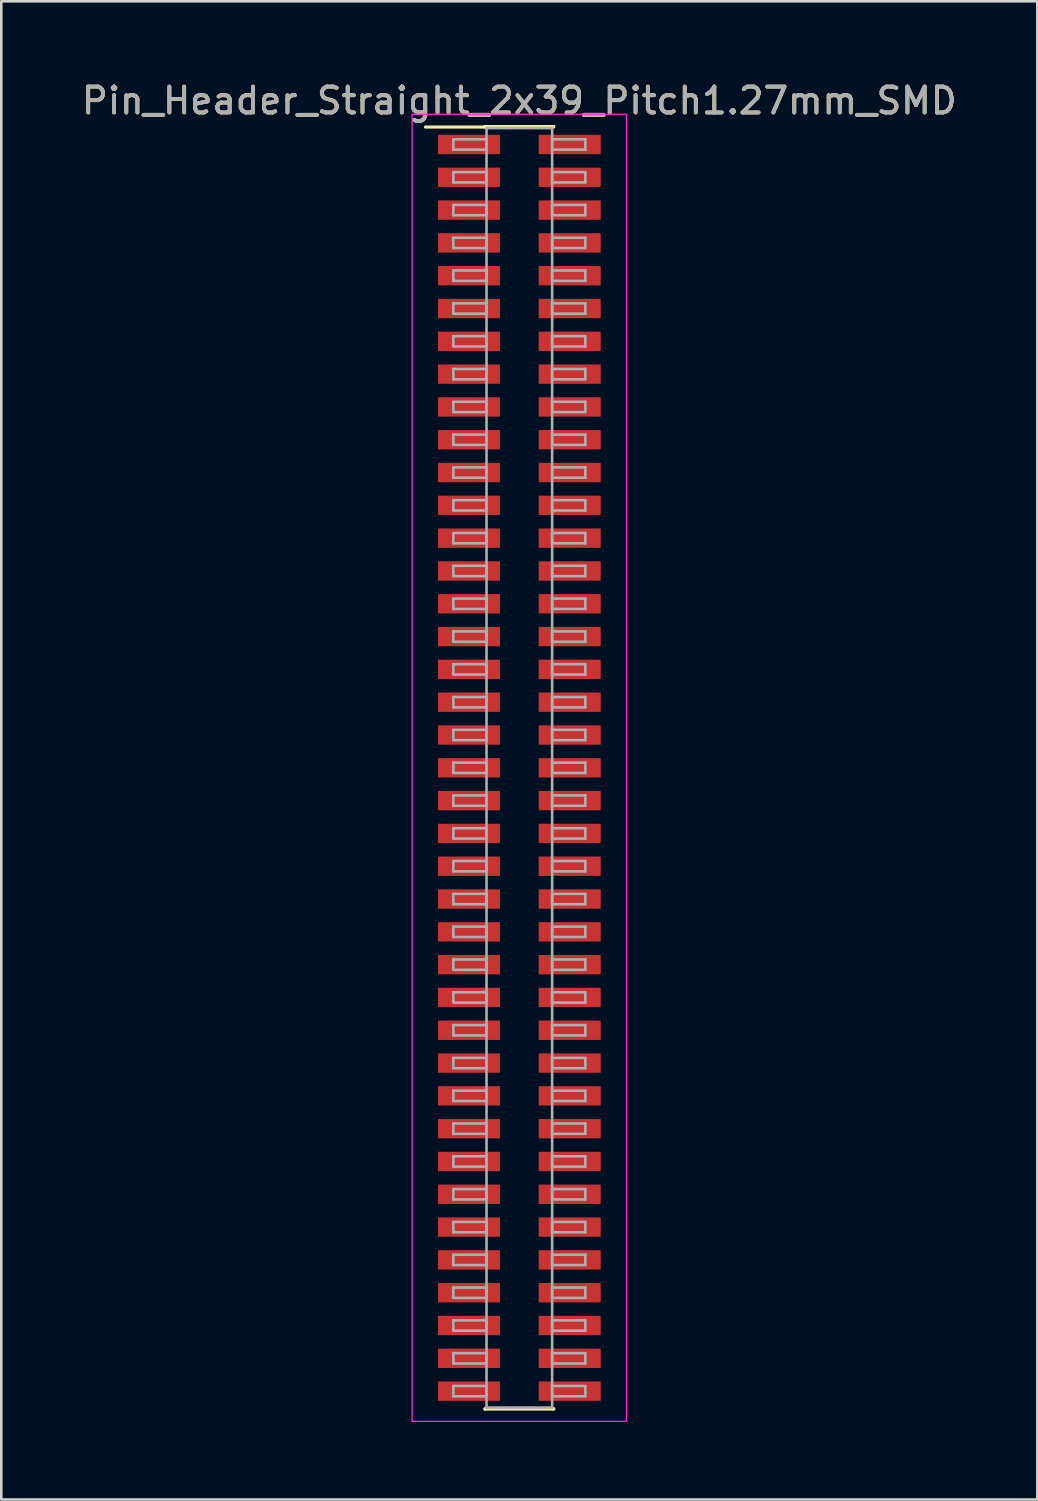
<source format=kicad_pcb>
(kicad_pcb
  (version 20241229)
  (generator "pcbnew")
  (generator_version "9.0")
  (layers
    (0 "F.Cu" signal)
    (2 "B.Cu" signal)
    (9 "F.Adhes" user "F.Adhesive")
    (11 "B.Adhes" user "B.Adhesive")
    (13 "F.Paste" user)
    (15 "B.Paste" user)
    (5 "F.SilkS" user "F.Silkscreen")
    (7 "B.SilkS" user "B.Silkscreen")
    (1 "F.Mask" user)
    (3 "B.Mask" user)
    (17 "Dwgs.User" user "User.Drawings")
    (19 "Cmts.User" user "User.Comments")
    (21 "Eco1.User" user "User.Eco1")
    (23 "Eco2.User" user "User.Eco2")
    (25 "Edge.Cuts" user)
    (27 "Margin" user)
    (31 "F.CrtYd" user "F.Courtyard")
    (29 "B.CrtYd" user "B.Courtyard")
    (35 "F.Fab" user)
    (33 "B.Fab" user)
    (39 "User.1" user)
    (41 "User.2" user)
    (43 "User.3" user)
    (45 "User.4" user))
  (footprint "Pin_Header_Straight_2x39_Pitch1.27mm_SMD"
    (layer "F.Cu")
    (at 17.054 26.673)
    (property "Reference" "Pin_Header_Straight_2x39_Pitch1.27mm_SMD" (at 0 -25.825 0) (layer "F.SilkS") (effects (font (size 1 1) (thickness 0.15))))
    (attr smd)
    (fp_line (start -3.635 -24.805) (end -1.33 -24.805) (stroke (width 0.12) (type solid)) (layer "F.SilkS"))
    (fp_line (start -1.33 -24.825) (end 1.33 -24.825) (stroke (width 0.12) (type solid)) (layer "F.SilkS"))
    (fp_line (start -1.33 -24.805) (end -1.33 -24.825) (stroke (width 0.12) (type solid)) (layer "F.SilkS"))
    (fp_line (start -1.33 24.805) (end -1.33 24.825) (stroke (width 0.12) (type solid)) (layer "F.SilkS"))
    (fp_line (start -1.33 24.825) (end 1.33 24.825) (stroke (width 0.12) (type solid)) (layer "F.SilkS"))
    (fp_line (start 1.33 -24.825) (end 1.33 -24.805) (stroke (width 0.12) (type solid)) (layer "F.SilkS"))
    (fp_line (start 1.33 24.825) (end 1.33 24.805) (stroke (width 0.12) (type solid)) (layer "F.SilkS"))
    (fp_line (start -4.15 -25.3) (end -4.15 25.3) (stroke (width 0.05) (type solid)) (layer "F.CrtYd"))
    (fp_line (start -4.15 25.3) (end 4.15 25.3) (stroke (width 0.05) (type solid)) (layer "F.CrtYd"))
    (fp_line (start 4.15 -25.3) (end -4.15 -25.3) (stroke (width 0.05) (type solid)) (layer "F.CrtYd"))
    (fp_line (start 4.15 25.3) (end 4.15 -25.3) (stroke (width 0.05) (type solid)) (layer "F.CrtYd"))
    (fp_line (start -2.555 -24.33) (end -1.27 -24.33) (stroke (width 0.1) (type solid)) (layer "F.Fab"))
    (fp_line (start -2.555 -23.93) (end -2.555 -24.33) (stroke (width 0.1) (type solid)) (layer "F.Fab"))
    (fp_line (start -2.555 -23.06) (end -1.27 -23.06) (stroke (width 0.1) (type solid)) (layer "F.Fab"))
    (fp_line (start -2.555 -22.66) (end -2.555 -23.06) (stroke (width 0.1) (type solid)) (layer "F.Fab"))
    (fp_line (start -2.555 -21.79) (end -1.27 -21.79) (stroke (width 0.1) (type solid)) (layer "F.Fab"))
    (fp_line (start -2.555 -21.39) (end -2.555 -21.79) (stroke (width 0.1) (type solid)) (layer "F.Fab"))
    (fp_line (start -2.555 -20.52) (end -1.27 -20.52) (stroke (width 0.1) (type solid)) (layer "F.Fab"))
    (fp_line (start -2.555 -20.12) (end -2.555 -20.52) (stroke (width 0.1) (type solid)) (layer "F.Fab"))
    (fp_line (start -2.555 -19.25) (end -1.27 -19.25) (stroke (width 0.1) (type solid)) (layer "F.Fab"))
    (fp_line (start -2.555 -18.85) (end -2.555 -19.25) (stroke (width 0.1) (type solid)) (layer "F.Fab"))
    (fp_line (start -2.555 -17.98) (end -1.27 -17.98) (stroke (width 0.1) (type solid)) (layer "F.Fab"))
    (fp_line (start -2.555 -17.58) (end -2.555 -17.98) (stroke (width 0.1) (type solid)) (layer "F.Fab"))
    (fp_line (start -2.555 -16.71) (end -1.27 -16.71) (stroke (width 0.1) (type solid)) (layer "F.Fab"))
    (fp_line (start -2.555 -16.31) (end -2.555 -16.71) (stroke (width 0.1) (type solid)) (layer "F.Fab"))
    (fp_line (start -2.555 -15.44) (end -1.27 -15.44) (stroke (width 0.1) (type solid)) (layer "F.Fab"))
    (fp_line (start -2.555 -15.04) (end -2.555 -15.44) (stroke (width 0.1) (type solid)) (layer "F.Fab"))
    (fp_line (start -2.555 -14.17) (end -1.27 -14.17) (stroke (width 0.1) (type solid)) (layer "F.Fab"))
    (fp_line (start -2.555 -13.77) (end -2.555 -14.17) (stroke (width 0.1) (type solid)) (layer "F.Fab"))
    (fp_line (start -2.555 -12.9) (end -1.27 -12.9) (stroke (width 0.1) (type solid)) (layer "F.Fab"))
    (fp_line (start -2.555 -12.5) (end -2.555 -12.9) (stroke (width 0.1) (type solid)) (layer "F.Fab"))
    (fp_line (start -2.555 -11.63) (end -1.27 -11.63) (stroke (width 0.1) (type solid)) (layer "F.Fab"))
    (fp_line (start -2.555 -11.23) (end -2.555 -11.63) (stroke (width 0.1) (type solid)) (layer "F.Fab"))
    (fp_line (start -2.555 -10.36) (end -1.27 -10.36) (stroke (width 0.1) (type solid)) (layer "F.Fab"))
    (fp_line (start -2.555 -9.96) (end -2.555 -10.36) (stroke (width 0.1) (type solid)) (layer "F.Fab"))
    (fp_line (start -2.555 -9.09) (end -1.27 -9.09) (stroke (width 0.1) (type solid)) (layer "F.Fab"))
    (fp_line (start -2.555 -8.69) (end -2.555 -9.09) (stroke (width 0.1) (type solid)) (layer "F.Fab"))
    (fp_line (start -2.555 -7.82) (end -1.27 -7.82) (stroke (width 0.1) (type solid)) (layer "F.Fab"))
    (fp_line (start -2.555 -7.42) (end -2.555 -7.82) (stroke (width 0.1) (type solid)) (layer "F.Fab"))
    (fp_line (start -2.555 -6.55) (end -1.27 -6.55) (stroke (width 0.1) (type solid)) (layer "F.Fab"))
    (fp_line (start -2.555 -6.15) (end -2.555 -6.55) (stroke (width 0.1) (type solid)) (layer "F.Fab"))
    (fp_line (start -2.555 -5.28) (end -1.27 -5.28) (stroke (width 0.1) (type solid)) (layer "F.Fab"))
    (fp_line (start -2.555 -4.88) (end -2.555 -5.28) (stroke (width 0.1) (type solid)) (layer "F.Fab"))
    (fp_line (start -2.555 -4.01) (end -1.27 -4.01) (stroke (width 0.1) (type solid)) (layer "F.Fab"))
    (fp_line (start -2.555 -3.61) (end -2.555 -4.01) (stroke (width 0.1) (type solid)) (layer "F.Fab"))
    (fp_line (start -2.555 -2.74) (end -1.27 -2.74) (stroke (width 0.1) (type solid)) (layer "F.Fab"))
    (fp_line (start -2.555 -2.34) (end -2.555 -2.74) (stroke (width 0.1) (type solid)) (layer "F.Fab"))
    (fp_line (start -2.555 -1.47) (end -1.27 -1.47) (stroke (width 0.1) (type solid)) (layer "F.Fab"))
    (fp_line (start -2.555 -1.07) (end -2.555 -1.47) (stroke (width 0.1) (type solid)) (layer "F.Fab"))
    (fp_line (start -2.555 -0.2) (end -1.27 -0.2) (stroke (width 0.1) (type solid)) (layer "F.Fab"))
    (fp_line (start -2.555 0.2) (end -2.555 -0.2) (stroke (width 0.1) (type solid)) (layer "F.Fab"))
    (fp_line (start -2.555 1.07) (end -1.27 1.07) (stroke (width 0.1) (type solid)) (layer "F.Fab"))
    (fp_line (start -2.555 1.47) (end -2.555 1.07) (stroke (width 0.1) (type solid)) (layer "F.Fab"))
    (fp_line (start -2.555 2.34) (end -1.27 2.34) (stroke (width 0.1) (type solid)) (layer "F.Fab"))
    (fp_line (start -2.555 2.74) (end -2.555 2.34) (stroke (width 0.1) (type solid)) (layer "F.Fab"))
    (fp_line (start -2.555 3.61) (end -1.27 3.61) (stroke (width 0.1) (type solid)) (layer "F.Fab"))
    (fp_line (start -2.555 4.01) (end -2.555 3.61) (stroke (width 0.1) (type solid)) (layer "F.Fab"))
    (fp_line (start -2.555 4.88) (end -1.27 4.88) (stroke (width 0.1) (type solid)) (layer "F.Fab"))
    (fp_line (start -2.555 5.28) (end -2.555 4.88) (stroke (width 0.1) (type solid)) (layer "F.Fab"))
    (fp_line (start -2.555 6.15) (end -1.27 6.15) (stroke (width 0.1) (type solid)) (layer "F.Fab"))
    (fp_line (start -2.555 6.55) (end -2.555 6.15) (stroke (width 0.1) (type solid)) (layer "F.Fab"))
    (fp_line (start -2.555 7.42) (end -1.27 7.42) (stroke (width 0.1) (type solid)) (layer "F.Fab"))
    (fp_line (start -2.555 7.82) (end -2.555 7.42) (stroke (width 0.1) (type solid)) (layer "F.Fab"))
    (fp_line (start -2.555 8.69) (end -1.27 8.69) (stroke (width 0.1) (type solid)) (layer "F.Fab"))
    (fp_line (start -2.555 9.09) (end -2.555 8.69) (stroke (width 0.1) (type solid)) (layer "F.Fab"))
    (fp_line (start -2.555 9.96) (end -1.27 9.96) (stroke (width 0.1) (type solid)) (layer "F.Fab"))
    (fp_line (start -2.555 10.36) (end -2.555 9.96) (stroke (width 0.1) (type solid)) (layer "F.Fab"))
    (fp_line (start -2.555 11.23) (end -1.27 11.23) (stroke (width 0.1) (type solid)) (layer "F.Fab"))
    (fp_line (start -2.555 11.63) (end -2.555 11.23) (stroke (width 0.1) (type solid)) (layer "F.Fab"))
    (fp_line (start -2.555 12.5) (end -1.27 12.5) (stroke (width 0.1) (type solid)) (layer "F.Fab"))
    (fp_line (start -2.555 12.9) (end -2.555 12.5) (stroke (width 0.1) (type solid)) (layer "F.Fab"))
    (fp_line (start -2.555 13.77) (end -1.27 13.77) (stroke (width 0.1) (type solid)) (layer "F.Fab"))
    (fp_line (start -2.555 14.17) (end -2.555 13.77) (stroke (width 0.1) (type solid)) (layer "F.Fab"))
    (fp_line (start -2.555 15.04) (end -1.27 15.04) (stroke (width 0.1) (type solid)) (layer "F.Fab"))
    (fp_line (start -2.555 15.44) (end -2.555 15.04) (stroke (width 0.1) (type solid)) (layer "F.Fab"))
    (fp_line (start -2.555 16.31) (end -1.27 16.31) (stroke (width 0.1) (type solid)) (layer "F.Fab"))
    (fp_line (start -2.555 16.71) (end -2.555 16.31) (stroke (width 0.1) (type solid)) (layer "F.Fab"))
    (fp_line (start -2.555 17.58) (end -1.27 17.58) (stroke (width 0.1) (type solid)) (layer "F.Fab"))
    (fp_line (start -2.555 17.98) (end -2.555 17.58) (stroke (width 0.1) (type solid)) (layer "F.Fab"))
    (fp_line (start -2.555 18.85) (end -1.27 18.85) (stroke (width 0.1) (type solid)) (layer "F.Fab"))
    (fp_line (start -2.555 19.25) (end -2.555 18.85) (stroke (width 0.1) (type solid)) (layer "F.Fab"))
    (fp_line (start -2.555 20.12) (end -1.27 20.12) (stroke (width 0.1) (type solid)) (layer "F.Fab"))
    (fp_line (start -2.555 20.52) (end -2.555 20.12) (stroke (width 0.1) (type solid)) (layer "F.Fab"))
    (fp_line (start -2.555 21.39) (end -1.27 21.39) (stroke (width 0.1) (type solid)) (layer "F.Fab"))
    (fp_line (start -2.555 21.79) (end -2.555 21.39) (stroke (width 0.1) (type solid)) (layer "F.Fab"))
    (fp_line (start -2.555 22.66) (end -1.27 22.66) (stroke (width 0.1) (type solid)) (layer "F.Fab"))
    (fp_line (start -2.555 23.06) (end -2.555 22.66) (stroke (width 0.1) (type solid)) (layer "F.Fab"))
    (fp_line (start -2.555 23.93) (end -1.27 23.93) (stroke (width 0.1) (type solid)) (layer "F.Fab"))
    (fp_line (start -2.555 24.33) (end -2.555 23.93) (stroke (width 0.1) (type solid)) (layer "F.Fab"))
    (fp_line (start -1.27 -24.765) (end -1.27 24.765) (stroke (width 0.1) (type solid)) (layer "F.Fab"))
    (fp_line (start -1.27 -24.33) (end -1.27 -23.93) (stroke (width 0.1) (type solid)) (layer "F.Fab"))
    (fp_line (start -1.27 -23.93) (end -2.555 -23.93) (stroke (width 0.1) (type solid)) (layer "F.Fab"))
    (fp_line (start -1.27 -23.06) (end -1.27 -22.66) (stroke (width 0.1) (type solid)) (layer "F.Fab"))
    (fp_line (start -1.27 -22.66) (end -2.555 -22.66) (stroke (width 0.1) (type solid)) (layer "F.Fab"))
    (fp_line (start -1.27 -21.79) (end -1.27 -21.39) (stroke (width 0.1) (type solid)) (layer "F.Fab"))
    (fp_line (start -1.27 -21.39) (end -2.555 -21.39) (stroke (width 0.1) (type solid)) (layer "F.Fab"))
    (fp_line (start -1.27 -20.52) (end -1.27 -20.12) (stroke (width 0.1) (type solid)) (layer "F.Fab"))
    (fp_line (start -1.27 -20.12) (end -2.555 -20.12) (stroke (width 0.1) (type solid)) (layer "F.Fab"))
    (fp_line (start -1.27 -19.25) (end -1.27 -18.85) (stroke (width 0.1) (type solid)) (layer "F.Fab"))
    (fp_line (start -1.27 -18.85) (end -2.555 -18.85) (stroke (width 0.1) (type solid)) (layer "F.Fab"))
    (fp_line (start -1.27 -17.98) (end -1.27 -17.58) (stroke (width 0.1) (type solid)) (layer "F.Fab"))
    (fp_line (start -1.27 -17.58) (end -2.555 -17.58) (stroke (width 0.1) (type solid)) (layer "F.Fab"))
    (fp_line (start -1.27 -16.71) (end -1.27 -16.31) (stroke (width 0.1) (type solid)) (layer "F.Fab"))
    (fp_line (start -1.27 -16.31) (end -2.555 -16.31) (stroke (width 0.1) (type solid)) (layer "F.Fab"))
    (fp_line (start -1.27 -15.44) (end -1.27 -15.04) (stroke (width 0.1) (type solid)) (layer "F.Fab"))
    (fp_line (start -1.27 -15.04) (end -2.555 -15.04) (stroke (width 0.1) (type solid)) (layer "F.Fab"))
    (fp_line (start -1.27 -14.17) (end -1.27 -13.77) (stroke (width 0.1) (type solid)) (layer "F.Fab"))
    (fp_line (start -1.27 -13.77) (end -2.555 -13.77) (stroke (width 0.1) (type solid)) (layer "F.Fab"))
    (fp_line (start -1.27 -12.9) (end -1.27 -12.5) (stroke (width 0.1) (type solid)) (layer "F.Fab"))
    (fp_line (start -1.27 -12.5) (end -2.555 -12.5) (stroke (width 0.1) (type solid)) (layer "F.Fab"))
    (fp_line (start -1.27 -11.63) (end -1.27 -11.23) (stroke (width 0.1) (type solid)) (layer "F.Fab"))
    (fp_line (start -1.27 -11.23) (end -2.555 -11.23) (stroke (width 0.1) (type solid)) (layer "F.Fab"))
    (fp_line (start -1.27 -10.36) (end -1.27 -9.96) (stroke (width 0.1) (type solid)) (layer "F.Fab"))
    (fp_line (start -1.27 -9.96) (end -2.555 -9.96) (stroke (width 0.1) (type solid)) (layer "F.Fab"))
    (fp_line (start -1.27 -9.09) (end -1.27 -8.69) (stroke (width 0.1) (type solid)) (layer "F.Fab"))
    (fp_line (start -1.27 -8.69) (end -2.555 -8.69) (stroke (width 0.1) (type solid)) (layer "F.Fab"))
    (fp_line (start -1.27 -7.82) (end -1.27 -7.42) (stroke (width 0.1) (type solid)) (layer "F.Fab"))
    (fp_line (start -1.27 -7.42) (end -2.555 -7.42) (stroke (width 0.1) (type solid)) (layer "F.Fab"))
    (fp_line (start -1.27 -6.55) (end -1.27 -6.15) (stroke (width 0.1) (type solid)) (layer "F.Fab"))
    (fp_line (start -1.27 -6.15) (end -2.555 -6.15) (stroke (width 0.1) (type solid)) (layer "F.Fab"))
    (fp_line (start -1.27 -5.28) (end -1.27 -4.88) (stroke (width 0.1) (type solid)) (layer "F.Fab"))
    (fp_line (start -1.27 -4.88) (end -2.555 -4.88) (stroke (width 0.1) (type solid)) (layer "F.Fab"))
    (fp_line (start -1.27 -4.01) (end -1.27 -3.61) (stroke (width 0.1) (type solid)) (layer "F.Fab"))
    (fp_line (start -1.27 -3.61) (end -2.555 -3.61) (stroke (width 0.1) (type solid)) (layer "F.Fab"))
    (fp_line (start -1.27 -2.74) (end -1.27 -2.34) (stroke (width 0.1) (type solid)) (layer "F.Fab"))
    (fp_line (start -1.27 -2.34) (end -2.555 -2.34) (stroke (width 0.1) (type solid)) (layer "F.Fab"))
    (fp_line (start -1.27 -1.47) (end -1.27 -1.07) (stroke (width 0.1) (type solid)) (layer "F.Fab"))
    (fp_line (start -1.27 -1.07) (end -2.555 -1.07) (stroke (width 0.1) (type solid)) (layer "F.Fab"))
    (fp_line (start -1.27 -0.2) (end -1.27 0.2) (stroke (width 0.1) (type solid)) (layer "F.Fab"))
    (fp_line (start -1.27 0.2) (end -2.555 0.2) (stroke (width 0.1) (type solid)) (layer "F.Fab"))
    (fp_line (start -1.27 1.07) (end -1.27 1.47) (stroke (width 0.1) (type solid)) (layer "F.Fab"))
    (fp_line (start -1.27 1.47) (end -2.555 1.47) (stroke (width 0.1) (type solid)) (layer "F.Fab"))
    (fp_line (start -1.27 2.34) (end -1.27 2.74) (stroke (width 0.1) (type solid)) (layer "F.Fab"))
    (fp_line (start -1.27 2.74) (end -2.555 2.74) (stroke (width 0.1) (type solid)) (layer "F.Fab"))
    (fp_line (start -1.27 3.61) (end -1.27 4.01) (stroke (width 0.1) (type solid)) (layer "F.Fab"))
    (fp_line (start -1.27 4.01) (end -2.555 4.01) (stroke (width 0.1) (type solid)) (layer "F.Fab"))
    (fp_line (start -1.27 4.88) (end -1.27 5.28) (stroke (width 0.1) (type solid)) (layer "F.Fab"))
    (fp_line (start -1.27 5.28) (end -2.555 5.28) (stroke (width 0.1) (type solid)) (layer "F.Fab"))
    (fp_line (start -1.27 6.15) (end -1.27 6.55) (stroke (width 0.1) (type solid)) (layer "F.Fab"))
    (fp_line (start -1.27 6.55) (end -2.555 6.55) (stroke (width 0.1) (type solid)) (layer "F.Fab"))
    (fp_line (start -1.27 7.42) (end -1.27 7.82) (stroke (width 0.1) (type solid)) (layer "F.Fab"))
    (fp_line (start -1.27 7.82) (end -2.555 7.82) (stroke (width 0.1) (type solid)) (layer "F.Fab"))
    (fp_line (start -1.27 8.69) (end -1.27 9.09) (stroke (width 0.1) (type solid)) (layer "F.Fab"))
    (fp_line (start -1.27 9.09) (end -2.555 9.09) (stroke (width 0.1) (type solid)) (layer "F.Fab"))
    (fp_line (start -1.27 9.96) (end -1.27 10.36) (stroke (width 0.1) (type solid)) (layer "F.Fab"))
    (fp_line (start -1.27 10.36) (end -2.555 10.36) (stroke (width 0.1) (type solid)) (layer "F.Fab"))
    (fp_line (start -1.27 11.23) (end -1.27 11.63) (stroke (width 0.1) (type solid)) (layer "F.Fab"))
    (fp_line (start -1.27 11.63) (end -2.555 11.63) (stroke (width 0.1) (type solid)) (layer "F.Fab"))
    (fp_line (start -1.27 12.5) (end -1.27 12.9) (stroke (width 0.1) (type solid)) (layer "F.Fab"))
    (fp_line (start -1.27 12.9) (end -2.555 12.9) (stroke (width 0.1) (type solid)) (layer "F.Fab"))
    (fp_line (start -1.27 13.77) (end -1.27 14.17) (stroke (width 0.1) (type solid)) (layer "F.Fab"))
    (fp_line (start -1.27 14.17) (end -2.555 14.17) (stroke (width 0.1) (type solid)) (layer "F.Fab"))
    (fp_line (start -1.27 15.04) (end -1.27 15.44) (stroke (width 0.1) (type solid)) (layer "F.Fab"))
    (fp_line (start -1.27 15.44) (end -2.555 15.44) (stroke (width 0.1) (type solid)) (layer "F.Fab"))
    (fp_line (start -1.27 16.31) (end -1.27 16.71) (stroke (width 0.1) (type solid)) (layer "F.Fab"))
    (fp_line (start -1.27 16.71) (end -2.555 16.71) (stroke (width 0.1) (type solid)) (layer "F.Fab"))
    (fp_line (start -1.27 17.58) (end -1.27 17.98) (stroke (width 0.1) (type solid)) (layer "F.Fab"))
    (fp_line (start -1.27 17.98) (end -2.555 17.98) (stroke (width 0.1) (type solid)) (layer "F.Fab"))
    (fp_line (start -1.27 18.85) (end -1.27 19.25) (stroke (width 0.1) (type solid)) (layer "F.Fab"))
    (fp_line (start -1.27 19.25) (end -2.555 19.25) (stroke (width 0.1) (type solid)) (layer "F.Fab"))
    (fp_line (start -1.27 20.12) (end -1.27 20.52) (stroke (width 0.1) (type solid)) (layer "F.Fab"))
    (fp_line (start -1.27 20.52) (end -2.555 20.52) (stroke (width 0.1) (type solid)) (layer "F.Fab"))
    (fp_line (start -1.27 21.39) (end -1.27 21.79) (stroke (width 0.1) (type solid)) (layer "F.Fab"))
    (fp_line (start -1.27 21.79) (end -2.555 21.79) (stroke (width 0.1) (type solid)) (layer "F.Fab"))
    (fp_line (start -1.27 22.66) (end -1.27 23.06) (stroke (width 0.1) (type solid)) (layer "F.Fab"))
    (fp_line (start -1.27 23.06) (end -2.555 23.06) (stroke (width 0.1) (type solid)) (layer "F.Fab"))
    (fp_line (start -1.27 23.93) (end -1.27 24.33) (stroke (width 0.1) (type solid)) (layer "F.Fab"))
    (fp_line (start -1.27 24.33) (end -2.555 24.33) (stroke (width 0.1) (type solid)) (layer "F.Fab"))
    (fp_line (start -1.27 24.765) (end 1.27 24.765) (stroke (width 0.1) (type solid)) (layer "F.Fab"))
    (fp_line (start 1.27 -24.765) (end -1.27 -24.765) (stroke (width 0.1) (type solid)) (layer "F.Fab"))
    (fp_line (start 1.27 -24.33) (end 1.27 -23.93) (stroke (width 0.1) (type solid)) (layer "F.Fab"))
    (fp_line (start 1.27 -23.93) (end 2.555 -23.93) (stroke (width 0.1) (type solid)) (layer "F.Fab"))
    (fp_line (start 1.27 -23.06) (end 1.27 -22.66) (stroke (width 0.1) (type solid)) (layer "F.Fab"))
    (fp_line (start 1.27 -22.66) (end 2.555 -22.66) (stroke (width 0.1) (type solid)) (layer "F.Fab"))
    (fp_line (start 1.27 -21.79) (end 1.27 -21.39) (stroke (width 0.1) (type solid)) (layer "F.Fab"))
    (fp_line (start 1.27 -21.39) (end 2.555 -21.39) (stroke (width 0.1) (type solid)) (layer "F.Fab"))
    (fp_line (start 1.27 -20.52) (end 1.27 -20.12) (stroke (width 0.1) (type solid)) (layer "F.Fab"))
    (fp_line (start 1.27 -20.12) (end 2.555 -20.12) (stroke (width 0.1) (type solid)) (layer "F.Fab"))
    (fp_line (start 1.27 -19.25) (end 1.27 -18.85) (stroke (width 0.1) (type solid)) (layer "F.Fab"))
    (fp_line (start 1.27 -18.85) (end 2.555 -18.85) (stroke (width 0.1) (type solid)) (layer "F.Fab"))
    (fp_line (start 1.27 -17.98) (end 1.27 -17.58) (stroke (width 0.1) (type solid)) (layer "F.Fab"))
    (fp_line (start 1.27 -17.58) (end 2.555 -17.58) (stroke (width 0.1) (type solid)) (layer "F.Fab"))
    (fp_line (start 1.27 -16.71) (end 1.27 -16.31) (stroke (width 0.1) (type solid)) (layer "F.Fab"))
    (fp_line (start 1.27 -16.31) (end 2.555 -16.31) (stroke (width 0.1) (type solid)) (layer "F.Fab"))
    (fp_line (start 1.27 -15.44) (end 1.27 -15.04) (stroke (width 0.1) (type solid)) (layer "F.Fab"))
    (fp_line (start 1.27 -15.04) (end 2.555 -15.04) (stroke (width 0.1) (type solid)) (layer "F.Fab"))
    (fp_line (start 1.27 -14.17) (end 1.27 -13.77) (stroke (width 0.1) (type solid)) (layer "F.Fab"))
    (fp_line (start 1.27 -13.77) (end 2.555 -13.77) (stroke (width 0.1) (type solid)) (layer "F.Fab"))
    (fp_line (start 1.27 -12.9) (end 1.27 -12.5) (stroke (width 0.1) (type solid)) (layer "F.Fab"))
    (fp_line (start 1.27 -12.5) (end 2.555 -12.5) (stroke (width 0.1) (type solid)) (layer "F.Fab"))
    (fp_line (start 1.27 -11.63) (end 1.27 -11.23) (stroke (width 0.1) (type solid)) (layer "F.Fab"))
    (fp_line (start 1.27 -11.23) (end 2.555 -11.23) (stroke (width 0.1) (type solid)) (layer "F.Fab"))
    (fp_line (start 1.27 -10.36) (end 1.27 -9.96) (stroke (width 0.1) (type solid)) (layer "F.Fab"))
    (fp_line (start 1.27 -9.96) (end 2.555 -9.96) (stroke (width 0.1) (type solid)) (layer "F.Fab"))
    (fp_line (start 1.27 -9.09) (end 1.27 -8.69) (stroke (width 0.1) (type solid)) (layer "F.Fab"))
    (fp_line (start 1.27 -8.69) (end 2.555 -8.69) (stroke (width 0.1) (type solid)) (layer "F.Fab"))
    (fp_line (start 1.27 -7.82) (end 1.27 -7.42) (stroke (width 0.1) (type solid)) (layer "F.Fab"))
    (fp_line (start 1.27 -7.42) (end 2.555 -7.42) (stroke (width 0.1) (type solid)) (layer "F.Fab"))
    (fp_line (start 1.27 -6.55) (end 1.27 -6.15) (stroke (width 0.1) (type solid)) (layer "F.Fab"))
    (fp_line (start 1.27 -6.15) (end 2.555 -6.15) (stroke (width 0.1) (type solid)) (layer "F.Fab"))
    (fp_line (start 1.27 -5.28) (end 1.27 -4.88) (stroke (width 0.1) (type solid)) (layer "F.Fab"))
    (fp_line (start 1.27 -4.88) (end 2.555 -4.88) (stroke (width 0.1) (type solid)) (layer "F.Fab"))
    (fp_line (start 1.27 -4.01) (end 1.27 -3.61) (stroke (width 0.1) (type solid)) (layer "F.Fab"))
    (fp_line (start 1.27 -3.61) (end 2.555 -3.61) (stroke (width 0.1) (type solid)) (layer "F.Fab"))
    (fp_line (start 1.27 -2.74) (end 1.27 -2.34) (stroke (width 0.1) (type solid)) (layer "F.Fab"))
    (fp_line (start 1.27 -2.34) (end 2.555 -2.34) (stroke (width 0.1) (type solid)) (layer "F.Fab"))
    (fp_line (start 1.27 -1.47) (end 1.27 -1.07) (stroke (width 0.1) (type solid)) (layer "F.Fab"))
    (fp_line (start 1.27 -1.07) (end 2.555 -1.07) (stroke (width 0.1) (type solid)) (layer "F.Fab"))
    (fp_line (start 1.27 -0.2) (end 1.27 0.2) (stroke (width 0.1) (type solid)) (layer "F.Fab"))
    (fp_line (start 1.27 0.2) (end 2.555 0.2) (stroke (width 0.1) (type solid)) (layer "F.Fab"))
    (fp_line (start 1.27 1.07) (end 1.27 1.47) (stroke (width 0.1) (type solid)) (layer "F.Fab"))
    (fp_line (start 1.27 1.47) (end 2.555 1.47) (stroke (width 0.1) (type solid)) (layer "F.Fab"))
    (fp_line (start 1.27 2.34) (end 1.27 2.74) (stroke (width 0.1) (type solid)) (layer "F.Fab"))
    (fp_line (start 1.27 2.74) (end 2.555 2.74) (stroke (width 0.1) (type solid)) (layer "F.Fab"))
    (fp_line (start 1.27 3.61) (end 1.27 4.01) (stroke (width 0.1) (type solid)) (layer "F.Fab"))
    (fp_line (start 1.27 4.01) (end 2.555 4.01) (stroke (width 0.1) (type solid)) (layer "F.Fab"))
    (fp_line (start 1.27 4.88) (end 1.27 5.28) (stroke (width 0.1) (type solid)) (layer "F.Fab"))
    (fp_line (start 1.27 5.28) (end 2.555 5.28) (stroke (width 0.1) (type solid)) (layer "F.Fab"))
    (fp_line (start 1.27 6.15) (end 1.27 6.55) (stroke (width 0.1) (type solid)) (layer "F.Fab"))
    (fp_line (start 1.27 6.55) (end 2.555 6.55) (stroke (width 0.1) (type solid)) (layer "F.Fab"))
    (fp_line (start 1.27 7.42) (end 1.27 7.82) (stroke (width 0.1) (type solid)) (layer "F.Fab"))
    (fp_line (start 1.27 7.82) (end 2.555 7.82) (stroke (width 0.1) (type solid)) (layer "F.Fab"))
    (fp_line (start 1.27 8.69) (end 1.27 9.09) (stroke (width 0.1) (type solid)) (layer "F.Fab"))
    (fp_line (start 1.27 9.09) (end 2.555 9.09) (stroke (width 0.1) (type solid)) (layer "F.Fab"))
    (fp_line (start 1.27 9.96) (end 1.27 10.36) (stroke (width 0.1) (type solid)) (layer "F.Fab"))
    (fp_line (start 1.27 10.36) (end 2.555 10.36) (stroke (width 0.1) (type solid)) (layer "F.Fab"))
    (fp_line (start 1.27 11.23) (end 1.27 11.63) (stroke (width 0.1) (type solid)) (layer "F.Fab"))
    (fp_line (start 1.27 11.63) (end 2.555 11.63) (stroke (width 0.1) (type solid)) (layer "F.Fab"))
    (fp_line (start 1.27 12.5) (end 1.27 12.9) (stroke (width 0.1) (type solid)) (layer "F.Fab"))
    (fp_line (start 1.27 12.9) (end 2.555 12.9) (stroke (width 0.1) (type solid)) (layer "F.Fab"))
    (fp_line (start 1.27 13.77) (end 1.27 14.17) (stroke (width 0.1) (type solid)) (layer "F.Fab"))
    (fp_line (start 1.27 14.17) (end 2.555 14.17) (stroke (width 0.1) (type solid)) (layer "F.Fab"))
    (fp_line (start 1.27 15.04) (end 1.27 15.44) (stroke (width 0.1) (type solid)) (layer "F.Fab"))
    (fp_line (start 1.27 15.44) (end 2.555 15.44) (stroke (width 0.1) (type solid)) (layer "F.Fab"))
    (fp_line (start 1.27 16.31) (end 1.27 16.71) (stroke (width 0.1) (type solid)) (layer "F.Fab"))
    (fp_line (start 1.27 16.71) (end 2.555 16.71) (stroke (width 0.1) (type solid)) (layer "F.Fab"))
    (fp_line (start 1.27 17.58) (end 1.27 17.98) (stroke (width 0.1) (type solid)) (layer "F.Fab"))
    (fp_line (start 1.27 17.98) (end 2.555 17.98) (stroke (width 0.1) (type solid)) (layer "F.Fab"))
    (fp_line (start 1.27 18.85) (end 1.27 19.25) (stroke (width 0.1) (type solid)) (layer "F.Fab"))
    (fp_line (start 1.27 19.25) (end 2.555 19.25) (stroke (width 0.1) (type solid)) (layer "F.Fab"))
    (fp_line (start 1.27 20.12) (end 1.27 20.52) (stroke (width 0.1) (type solid)) (layer "F.Fab"))
    (fp_line (start 1.27 20.52) (end 2.555 20.52) (stroke (width 0.1) (type solid)) (layer "F.Fab"))
    (fp_line (start 1.27 21.39) (end 1.27 21.79) (stroke (width 0.1) (type solid)) (layer "F.Fab"))
    (fp_line (start 1.27 21.79) (end 2.555 21.79) (stroke (width 0.1) (type solid)) (layer "F.Fab"))
    (fp_line (start 1.27 22.66) (end 1.27 23.06) (stroke (width 0.1) (type solid)) (layer "F.Fab"))
    (fp_line (start 1.27 23.06) (end 2.555 23.06) (stroke (width 0.1) (type solid)) (layer "F.Fab"))
    (fp_line (start 1.27 23.93) (end 1.27 24.33) (stroke (width 0.1) (type solid)) (layer "F.Fab"))
    (fp_line (start 1.27 24.33) (end 2.555 24.33) (stroke (width 0.1) (type solid)) (layer "F.Fab"))
    (fp_line (start 1.27 24.765) (end 1.27 -24.765) (stroke (width 0.1) (type solid)) (layer "F.Fab"))
    (fp_line (start 2.555 -24.33) (end 1.27 -24.33) (stroke (width 0.1) (type solid)) (layer "F.Fab"))
    (fp_line (start 2.555 -23.93) (end 2.555 -24.33) (stroke (width 0.1) (type solid)) (layer "F.Fab"))
    (fp_line (start 2.555 -23.06) (end 1.27 -23.06) (stroke (width 0.1) (type solid)) (layer "F.Fab"))
    (fp_line (start 2.555 -22.66) (end 2.555 -23.06) (stroke (width 0.1) (type solid)) (layer "F.Fab"))
    (fp_line (start 2.555 -21.79) (end 1.27 -21.79) (stroke (width 0.1) (type solid)) (layer "F.Fab"))
    (fp_line (start 2.555 -21.39) (end 2.555 -21.79) (stroke (width 0.1) (type solid)) (layer "F.Fab"))
    (fp_line (start 2.555 -20.52) (end 1.27 -20.52) (stroke (width 0.1) (type solid)) (layer "F.Fab"))
    (fp_line (start 2.555 -20.12) (end 2.555 -20.52) (stroke (width 0.1) (type solid)) (layer "F.Fab"))
    (fp_line (start 2.555 -19.25) (end 1.27 -19.25) (stroke (width 0.1) (type solid)) (layer "F.Fab"))
    (fp_line (start 2.555 -18.85) (end 2.555 -19.25) (stroke (width 0.1) (type solid)) (layer "F.Fab"))
    (fp_line (start 2.555 -17.98) (end 1.27 -17.98) (stroke (width 0.1) (type solid)) (layer "F.Fab"))
    (fp_line (start 2.555 -17.58) (end 2.555 -17.98) (stroke (width 0.1) (type solid)) (layer "F.Fab"))
    (fp_line (start 2.555 -16.71) (end 1.27 -16.71) (stroke (width 0.1) (type solid)) (layer "F.Fab"))
    (fp_line (start 2.555 -16.31) (end 2.555 -16.71) (stroke (width 0.1) (type solid)) (layer "F.Fab"))
    (fp_line (start 2.555 -15.44) (end 1.27 -15.44) (stroke (width 0.1) (type solid)) (layer "F.Fab"))
    (fp_line (start 2.555 -15.04) (end 2.555 -15.44) (stroke (width 0.1) (type solid)) (layer "F.Fab"))
    (fp_line (start 2.555 -14.17) (end 1.27 -14.17) (stroke (width 0.1) (type solid)) (layer "F.Fab"))
    (fp_line (start 2.555 -13.77) (end 2.555 -14.17) (stroke (width 0.1) (type solid)) (layer "F.Fab"))
    (fp_line (start 2.555 -12.9) (end 1.27 -12.9) (stroke (width 0.1) (type solid)) (layer "F.Fab"))
    (fp_line (start 2.555 -12.5) (end 2.555 -12.9) (stroke (width 0.1) (type solid)) (layer "F.Fab"))
    (fp_line (start 2.555 -11.63) (end 1.27 -11.63) (stroke (width 0.1) (type solid)) (layer "F.Fab"))
    (fp_line (start 2.555 -11.23) (end 2.555 -11.63) (stroke (width 0.1) (type solid)) (layer "F.Fab"))
    (fp_line (start 2.555 -10.36) (end 1.27 -10.36) (stroke (width 0.1) (type solid)) (layer "F.Fab"))
    (fp_line (start 2.555 -9.96) (end 2.555 -10.36) (stroke (width 0.1) (type solid)) (layer "F.Fab"))
    (fp_line (start 2.555 -9.09) (end 1.27 -9.09) (stroke (width 0.1) (type solid)) (layer "F.Fab"))
    (fp_line (start 2.555 -8.69) (end 2.555 -9.09) (stroke (width 0.1) (type solid)) (layer "F.Fab"))
    (fp_line (start 2.555 -7.82) (end 1.27 -7.82) (stroke (width 0.1) (type solid)) (layer "F.Fab"))
    (fp_line (start 2.555 -7.42) (end 2.555 -7.82) (stroke (width 0.1) (type solid)) (layer "F.Fab"))
    (fp_line (start 2.555 -6.55) (end 1.27 -6.55) (stroke (width 0.1) (type solid)) (layer "F.Fab"))
    (fp_line (start 2.555 -6.15) (end 2.555 -6.55) (stroke (width 0.1) (type solid)) (layer "F.Fab"))
    (fp_line (start 2.555 -5.28) (end 1.27 -5.28) (stroke (width 0.1) (type solid)) (layer "F.Fab"))
    (fp_line (start 2.555 -4.88) (end 2.555 -5.28) (stroke (width 0.1) (type solid)) (layer "F.Fab"))
    (fp_line (start 2.555 -4.01) (end 1.27 -4.01) (stroke (width 0.1) (type solid)) (layer "F.Fab"))
    (fp_line (start 2.555 -3.61) (end 2.555 -4.01) (stroke (width 0.1) (type solid)) (layer "F.Fab"))
    (fp_line (start 2.555 -2.74) (end 1.27 -2.74) (stroke (width 0.1) (type solid)) (layer "F.Fab"))
    (fp_line (start 2.555 -2.34) (end 2.555 -2.74) (stroke (width 0.1) (type solid)) (layer "F.Fab"))
    (fp_line (start 2.555 -1.47) (end 1.27 -1.47) (stroke (width 0.1) (type solid)) (layer "F.Fab"))
    (fp_line (start 2.555 -1.07) (end 2.555 -1.47) (stroke (width 0.1) (type solid)) (layer "F.Fab"))
    (fp_line (start 2.555 -0.2) (end 1.27 -0.2) (stroke (width 0.1) (type solid)) (layer "F.Fab"))
    (fp_line (start 2.555 0.2) (end 2.555 -0.2) (stroke (width 0.1) (type solid)) (layer "F.Fab"))
    (fp_line (start 2.555 1.07) (end 1.27 1.07) (stroke (width 0.1) (type solid)) (layer "F.Fab"))
    (fp_line (start 2.555 1.47) (end 2.555 1.07) (stroke (width 0.1) (type solid)) (layer "F.Fab"))
    (fp_line (start 2.555 2.34) (end 1.27 2.34) (stroke (width 0.1) (type solid)) (layer "F.Fab"))
    (fp_line (start 2.555 2.74) (end 2.555 2.34) (stroke (width 0.1) (type solid)) (layer "F.Fab"))
    (fp_line (start 2.555 3.61) (end 1.27 3.61) (stroke (width 0.1) (type solid)) (layer "F.Fab"))
    (fp_line (start 2.555 4.01) (end 2.555 3.61) (stroke (width 0.1) (type solid)) (layer "F.Fab"))
    (fp_line (start 2.555 4.88) (end 1.27 4.88) (stroke (width 0.1) (type solid)) (layer "F.Fab"))
    (fp_line (start 2.555 5.28) (end 2.555 4.88) (stroke (width 0.1) (type solid)) (layer "F.Fab"))
    (fp_line (start 2.555 6.15) (end 1.27 6.15) (stroke (width 0.1) (type solid)) (layer "F.Fab"))
    (fp_line (start 2.555 6.55) (end 2.555 6.15) (stroke (width 0.1) (type solid)) (layer "F.Fab"))
    (fp_line (start 2.555 7.42) (end 1.27 7.42) (stroke (width 0.1) (type solid)) (layer "F.Fab"))
    (fp_line (start 2.555 7.82) (end 2.555 7.42) (stroke (width 0.1) (type solid)) (layer "F.Fab"))
    (fp_line (start 2.555 8.69) (end 1.27 8.69) (stroke (width 0.1) (type solid)) (layer "F.Fab"))
    (fp_line (start 2.555 9.09) (end 2.555 8.69) (stroke (width 0.1) (type solid)) (layer "F.Fab"))
    (fp_line (start 2.555 9.96) (end 1.27 9.96) (stroke (width 0.1) (type solid)) (layer "F.Fab"))
    (fp_line (start 2.555 10.36) (end 2.555 9.96) (stroke (width 0.1) (type solid)) (layer "F.Fab"))
    (fp_line (start 2.555 11.23) (end 1.27 11.23) (stroke (width 0.1) (type solid)) (layer "F.Fab"))
    (fp_line (start 2.555 11.63) (end 2.555 11.23) (stroke (width 0.1) (type solid)) (layer "F.Fab"))
    (fp_line (start 2.555 12.5) (end 1.27 12.5) (stroke (width 0.1) (type solid)) (layer "F.Fab"))
    (fp_line (start 2.555 12.9) (end 2.555 12.5) (stroke (width 0.1) (type solid)) (layer "F.Fab"))
    (fp_line (start 2.555 13.77) (end 1.27 13.77) (stroke (width 0.1) (type solid)) (layer "F.Fab"))
    (fp_line (start 2.555 14.17) (end 2.555 13.77) (stroke (width 0.1) (type solid)) (layer "F.Fab"))
    (fp_line (start 2.555 15.04) (end 1.27 15.04) (stroke (width 0.1) (type solid)) (layer "F.Fab"))
    (fp_line (start 2.555 15.44) (end 2.555 15.04) (stroke (width 0.1) (type solid)) (layer "F.Fab"))
    (fp_line (start 2.555 16.31) (end 1.27 16.31) (stroke (width 0.1) (type solid)) (layer "F.Fab"))
    (fp_line (start 2.555 16.71) (end 2.555 16.31) (stroke (width 0.1) (type solid)) (layer "F.Fab"))
    (fp_line (start 2.555 17.58) (end 1.27 17.58) (stroke (width 0.1) (type solid)) (layer "F.Fab"))
    (fp_line (start 2.555 17.98) (end 2.555 17.58) (stroke (width 0.1) (type solid)) (layer "F.Fab"))
    (fp_line (start 2.555 18.85) (end 1.27 18.85) (stroke (width 0.1) (type solid)) (layer "F.Fab"))
    (fp_line (start 2.555 19.25) (end 2.555 18.85) (stroke (width 0.1) (type solid)) (layer "F.Fab"))
    (fp_line (start 2.555 20.12) (end 1.27 20.12) (stroke (width 0.1) (type solid)) (layer "F.Fab"))
    (fp_line (start 2.555 20.52) (end 2.555 20.12) (stroke (width 0.1) (type solid)) (layer "F.Fab"))
    (fp_line (start 2.555 21.39) (end 1.27 21.39) (stroke (width 0.1) (type solid)) (layer "F.Fab"))
    (fp_line (start 2.555 21.79) (end 2.555 21.39) (stroke (width 0.1) (type solid)) (layer "F.Fab"))
    (fp_line (start 2.555 22.66) (end 1.27 22.66) (stroke (width 0.1) (type solid)) (layer "F.Fab"))
    (fp_line (start 2.555 23.06) (end 2.555 22.66) (stroke (width 0.1) (type solid)) (layer "F.Fab"))
    (fp_line (start 2.555 23.93) (end 1.27 23.93) (stroke (width 0.1) (type solid)) (layer "F.Fab"))
    (fp_line (start 2.555 24.33) (end 2.555 23.93) (stroke (width 0.1) (type solid)) (layer "F.Fab"))
    (fp_text user "${REFERENCE}" (at 0 -25.825 0) (layer "F.Fab") (effects (font (size 1 1) (thickness 0.15))))
    (pad "1" smd rect (at -1.95 -24.13) (size 2.4 0.75) (layers "F.Cu" "F.Mask" "F.Paste"))
    (pad "2" smd rect (at 1.95 -24.13) (size 2.4 0.75) (layers "F.Cu" "F.Mask" "F.Paste"))
    (pad "3" smd rect (at -1.95 -22.86) (size 2.4 0.75) (layers "F.Cu" "F.Mask" "F.Paste"))
    (pad "4" smd rect (at 1.95 -22.86) (size 2.4 0.75) (layers "F.Cu" "F.Mask" "F.Paste"))
    (pad "5" smd rect (at -1.95 -21.59) (size 2.4 0.75) (layers "F.Cu" "F.Mask" "F.Paste"))
    (pad "6" smd rect (at 1.95 -21.59) (size 2.4 0.75) (layers "F.Cu" "F.Mask" "F.Paste"))
    (pad "7" smd rect (at -1.95 -20.32) (size 2.4 0.75) (layers "F.Cu" "F.Mask" "F.Paste"))
    (pad "8" smd rect (at 1.95 -20.32) (size 2.4 0.75) (layers "F.Cu" "F.Mask" "F.Paste"))
    (pad "9" smd rect (at -1.95 -19.05) (size 2.4 0.75) (layers "F.Cu" "F.Mask" "F.Paste"))
    (pad "10" smd rect (at 1.95 -19.05) (size 2.4 0.75) (layers "F.Cu" "F.Mask" "F.Paste"))
    (pad "11" smd rect (at -1.95 -17.78) (size 2.4 0.75) (layers "F.Cu" "F.Mask" "F.Paste"))
    (pad "12" smd rect (at 1.95 -17.78) (size 2.4 0.75) (layers "F.Cu" "F.Mask" "F.Paste"))
    (pad "13" smd rect (at -1.95 -16.51) (size 2.4 0.75) (layers "F.Cu" "F.Mask" "F.Paste"))
    (pad "14" smd rect (at 1.95 -16.51) (size 2.4 0.75) (layers "F.Cu" "F.Mask" "F.Paste"))
    (pad "15" smd rect (at -1.95 -15.24) (size 2.4 0.75) (layers "F.Cu" "F.Mask" "F.Paste"))
    (pad "16" smd rect (at 1.95 -15.24) (size 2.4 0.75) (layers "F.Cu" "F.Mask" "F.Paste"))
    (pad "17" smd rect (at -1.95 -13.97) (size 2.4 0.75) (layers "F.Cu" "F.Mask" "F.Paste"))
    (pad "18" smd rect (at 1.95 -13.97) (size 2.4 0.75) (layers "F.Cu" "F.Mask" "F.Paste"))
    (pad "19" smd rect (at -1.95 -12.7) (size 2.4 0.75) (layers "F.Cu" "F.Mask" "F.Paste"))
    (pad "20" smd rect (at 1.95 -12.7) (size 2.4 0.75) (layers "F.Cu" "F.Mask" "F.Paste"))
    (pad "21" smd rect (at -1.95 -11.43) (size 2.4 0.75) (layers "F.Cu" "F.Mask" "F.Paste"))
    (pad "22" smd rect (at 1.95 -11.43) (size 2.4 0.75) (layers "F.Cu" "F.Mask" "F.Paste"))
    (pad "23" smd rect (at -1.95 -10.16) (size 2.4 0.75) (layers "F.Cu" "F.Mask" "F.Paste"))
    (pad "24" smd rect (at 1.95 -10.16) (size 2.4 0.75) (layers "F.Cu" "F.Mask" "F.Paste"))
    (pad "25" smd rect (at -1.95 -8.89) (size 2.4 0.75) (layers "F.Cu" "F.Mask" "F.Paste"))
    (pad "26" smd rect (at 1.95 -8.89) (size 2.4 0.75) (layers "F.Cu" "F.Mask" "F.Paste"))
    (pad "27" smd rect (at -1.95 -7.62) (size 2.4 0.75) (layers "F.Cu" "F.Mask" "F.Paste"))
    (pad "28" smd rect (at 1.95 -7.62) (size 2.4 0.75) (layers "F.Cu" "F.Mask" "F.Paste"))
    (pad "29" smd rect (at -1.95 -6.35) (size 2.4 0.75) (layers "F.Cu" "F.Mask" "F.Paste"))
    (pad "30" smd rect (at 1.95 -6.35) (size 2.4 0.75) (layers "F.Cu" "F.Mask" "F.Paste"))
    (pad "31" smd rect (at -1.95 -5.08) (size 2.4 0.75) (layers "F.Cu" "F.Mask" "F.Paste"))
    (pad "32" smd rect (at 1.95 -5.08) (size 2.4 0.75) (layers "F.Cu" "F.Mask" "F.Paste"))
    (pad "33" smd rect (at -1.95 -3.81) (size 2.4 0.75) (layers "F.Cu" "F.Mask" "F.Paste"))
    (pad "34" smd rect (at 1.95 -3.81) (size 2.4 0.75) (layers "F.Cu" "F.Mask" "F.Paste"))
    (pad "35" smd rect (at -1.95 -2.54) (size 2.4 0.75) (layers "F.Cu" "F.Mask" "F.Paste"))
    (pad "36" smd rect (at 1.95 -2.54) (size 2.4 0.75) (layers "F.Cu" "F.Mask" "F.Paste"))
    (pad "37" smd rect (at -1.95 -1.27) (size 2.4 0.75) (layers "F.Cu" "F.Mask" "F.Paste"))
    (pad "38" smd rect (at 1.95 -1.27) (size 2.4 0.75) (layers "F.Cu" "F.Mask" "F.Paste"))
    (pad "39" smd rect (at -1.95 0) (size 2.4 0.75) (layers "F.Cu" "F.Mask" "F.Paste"))
    (pad "40" smd rect (at 1.95 0) (size 2.4 0.75) (layers "F.Cu" "F.Mask" "F.Paste"))
    (pad "41" smd rect (at -1.95 1.27) (size 2.4 0.75) (layers "F.Cu" "F.Mask" "F.Paste"))
    (pad "42" smd rect (at 1.95 1.27) (size 2.4 0.75) (layers "F.Cu" "F.Mask" "F.Paste"))
    (pad "43" smd rect (at -1.95 2.54) (size 2.4 0.75) (layers "F.Cu" "F.Mask" "F.Paste"))
    (pad "44" smd rect (at 1.95 2.54) (size 2.4 0.75) (layers "F.Cu" "F.Mask" "F.Paste"))
    (pad "45" smd rect (at -1.95 3.81) (size 2.4 0.75) (layers "F.Cu" "F.Mask" "F.Paste"))
    (pad "46" smd rect (at 1.95 3.81) (size 2.4 0.75) (layers "F.Cu" "F.Mask" "F.Paste"))
    (pad "47" smd rect (at -1.95 5.08) (size 2.4 0.75) (layers "F.Cu" "F.Mask" "F.Paste"))
    (pad "48" smd rect (at 1.95 5.08) (size 2.4 0.75) (layers "F.Cu" "F.Mask" "F.Paste"))
    (pad "49" smd rect (at -1.95 6.35) (size 2.4 0.75) (layers "F.Cu" "F.Mask" "F.Paste"))
    (pad "50" smd rect (at 1.95 6.35) (size 2.4 0.75) (layers "F.Cu" "F.Mask" "F.Paste"))
    (pad "51" smd rect (at -1.95 7.62) (size 2.4 0.75) (layers "F.Cu" "F.Mask" "F.Paste"))
    (pad "52" smd rect (at 1.95 7.62) (size 2.4 0.75) (layers "F.Cu" "F.Mask" "F.Paste"))
    (pad "53" smd rect (at -1.95 8.89) (size 2.4 0.75) (layers "F.Cu" "F.Mask" "F.Paste"))
    (pad "54" smd rect (at 1.95 8.89) (size 2.4 0.75) (layers "F.Cu" "F.Mask" "F.Paste"))
    (pad "55" smd rect (at -1.95 10.16) (size 2.4 0.75) (layers "F.Cu" "F.Mask" "F.Paste"))
    (pad "56" smd rect (at 1.95 10.16) (size 2.4 0.75) (layers "F.Cu" "F.Mask" "F.Paste"))
    (pad "57" smd rect (at -1.95 11.43) (size 2.4 0.75) (layers "F.Cu" "F.Mask" "F.Paste"))
    (pad "58" smd rect (at 1.95 11.43) (size 2.4 0.75) (layers "F.Cu" "F.Mask" "F.Paste"))
    (pad "59" smd rect (at -1.95 12.7) (size 2.4 0.75) (layers "F.Cu" "F.Mask" "F.Paste"))
    (pad "60" smd rect (at 1.95 12.7) (size 2.4 0.75) (layers "F.Cu" "F.Mask" "F.Paste"))
    (pad "61" smd rect (at -1.95 13.97) (size 2.4 0.75) (layers "F.Cu" "F.Mask" "F.Paste"))
    (pad "62" smd rect (at 1.95 13.97) (size 2.4 0.75) (layers "F.Cu" "F.Mask" "F.Paste"))
    (pad "63" smd rect (at -1.95 15.24) (size 2.4 0.75) (layers "F.Cu" "F.Mask" "F.Paste"))
    (pad "64" smd rect (at 1.95 15.24) (size 2.4 0.75) (layers "F.Cu" "F.Mask" "F.Paste"))
    (pad "65" smd rect (at -1.95 16.51) (size 2.4 0.75) (layers "F.Cu" "F.Mask" "F.Paste"))
    (pad "66" smd rect (at 1.95 16.51) (size 2.4 0.75) (layers "F.Cu" "F.Mask" "F.Paste"))
    (pad "67" smd rect (at -1.95 17.78) (size 2.4 0.75) (layers "F.Cu" "F.Mask" "F.Paste"))
    (pad "68" smd rect (at 1.95 17.78) (size 2.4 0.75) (layers "F.Cu" "F.Mask" "F.Paste"))
    (pad "69" smd rect (at -1.95 19.05) (size 2.4 0.75) (layers "F.Cu" "F.Mask" "F.Paste"))
    (pad "70" smd rect (at 1.95 19.05) (size 2.4 0.75) (layers "F.Cu" "F.Mask" "F.Paste"))
    (pad "71" smd rect (at -1.95 20.32) (size 2.4 0.75) (layers "F.Cu" "F.Mask" "F.Paste"))
    (pad "72" smd rect (at 1.95 20.32) (size 2.4 0.75) (layers "F.Cu" "F.Mask" "F.Paste"))
    (pad "73" smd rect (at -1.95 21.59) (size 2.4 0.75) (layers "F.Cu" "F.Mask" "F.Paste"))
    (pad "74" smd rect (at 1.95 21.59) (size 2.4 0.75) (layers "F.Cu" "F.Mask" "F.Paste"))
    (pad "75" smd rect (at -1.95 22.86) (size 2.4 0.75) (layers "F.Cu" "F.Mask" "F.Paste"))
    (pad "76" smd rect (at 1.95 22.86) (size 2.4 0.75) (layers "F.Cu" "F.Mask" "F.Paste"))
    (pad "77" smd rect (at -1.95 24.13) (size 2.4 0.75) (layers "F.Cu" "F.Mask" "F.Paste"))
    (pad "78" smd rect (at 1.95 24.13) (size 2.4 0.75) (layers "F.Cu" "F.Mask" "F.Paste")))
  (gr_rect
    (start -3 -3)
    (end 37.107 54.998)
    (stroke (width 0.1) (type default))
    (fill no)
    (layer "Edge.Cuts")))
</source>
